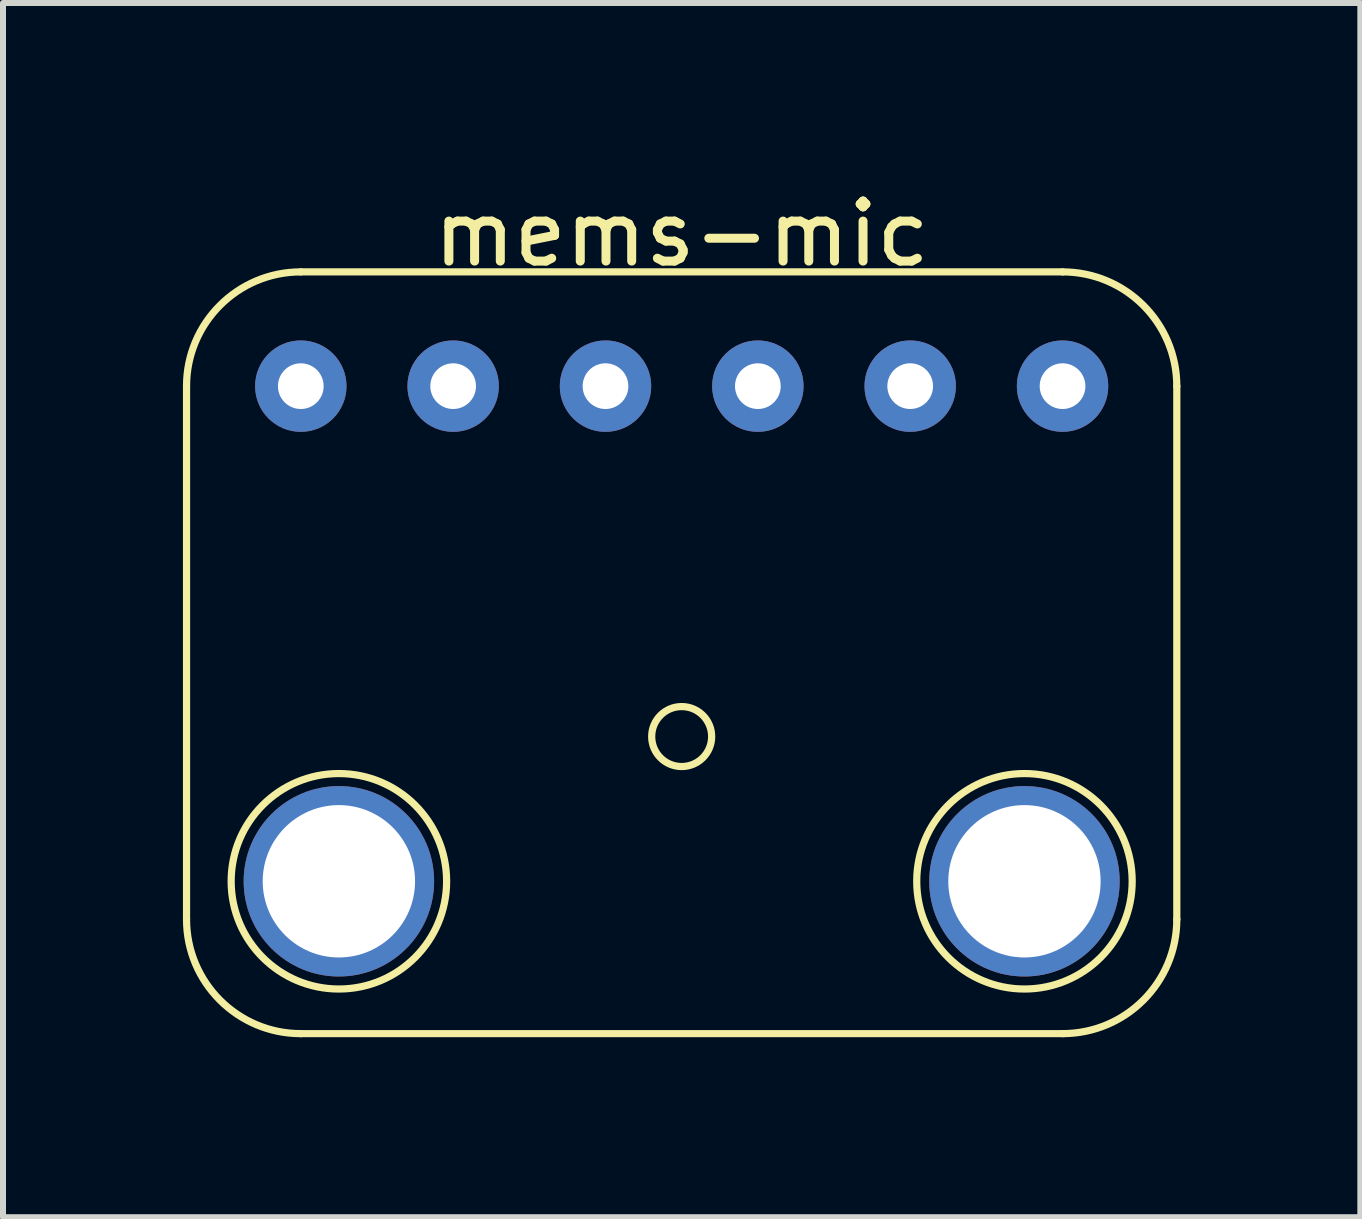
<source format=kicad_pcb>
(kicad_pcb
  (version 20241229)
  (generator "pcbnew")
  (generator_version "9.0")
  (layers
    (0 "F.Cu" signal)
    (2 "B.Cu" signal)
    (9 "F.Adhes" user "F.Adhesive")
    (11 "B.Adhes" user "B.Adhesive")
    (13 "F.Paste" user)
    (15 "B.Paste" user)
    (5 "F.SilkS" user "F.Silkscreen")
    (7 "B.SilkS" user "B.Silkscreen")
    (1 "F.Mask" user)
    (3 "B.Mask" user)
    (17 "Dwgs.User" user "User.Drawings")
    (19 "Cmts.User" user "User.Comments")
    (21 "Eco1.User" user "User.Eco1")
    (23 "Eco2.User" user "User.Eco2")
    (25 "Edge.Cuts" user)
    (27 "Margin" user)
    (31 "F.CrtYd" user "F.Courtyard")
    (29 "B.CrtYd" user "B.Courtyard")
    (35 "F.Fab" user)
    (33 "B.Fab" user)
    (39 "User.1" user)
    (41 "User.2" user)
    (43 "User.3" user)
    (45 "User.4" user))
  (footprint "mems-mic"
    (layer "F.Cu")
    (at 8.315 3.388)
    (property "Reference" "mems-mic" (at 0 -2.54 0) (layer "F.SilkS") (effects (font (size 1 1) (thickness 0.15))))
    (attr through_hole)
    (fp_line (start -8.255 8.89) (end -8.255 0) (stroke (width 0.12) (type solid)) (layer "F.SilkS"))
    (fp_line (start -6.35 -1.905) (end 6.35 -1.905) (stroke (width 0.12) (type solid)) (layer "F.SilkS"))
    (fp_line (start 6.35 10.795) (end -6.35 10.795) (stroke (width 0.12) (type solid)) (layer "F.SilkS"))
    (fp_line (start 8.255 0) (end 8.255 8.89) (stroke (width 0.12) (type solid)) (layer "F.SilkS"))
    (fp_arc (start -8.255 0) (mid -7.697038 -1.347038) (end -6.35 -1.905) (stroke (width 0.12) (type solid)) (layer "F.SilkS"))
    (fp_arc (start -6.35 10.795) (mid -7.697038 10.237038) (end -8.255 8.89) (stroke (width 0.12) (type solid)) (layer "F.SilkS"))
    (fp_arc (start 6.35 -1.905) (mid 7.697038 -1.347038) (end 8.255 0) (stroke (width 0.12) (type solid)) (layer "F.SilkS"))
    (fp_arc (start 8.255 8.89) (mid 7.697038 10.237038) (end 6.35 10.795) (stroke (width 0.12) (type solid)) (layer "F.SilkS"))
    (fp_circle (center -5.715 8.255) (end -6.985 9.525) (stroke (width 0.12) (type solid)) (fill no) (layer "F.SilkS"))
    (fp_circle (center 0 5.842) (end 0.5 5.842) (stroke (width 0.12) (type solid)) (fill no) (layer "F.SilkS"))
    (fp_circle (center 5.715 8.255) (end 6.985 9.525) (stroke (width 0.12) (type solid)) (fill no) (layer "F.SilkS"))
    (pad "" thru_hole circle (at -5.715 8.255) (size 3.175 3.175) (drill 2.54) (layers "*.Cu" "*.Mask"))
    (pad "" thru_hole circle (at 5.715 8.255) (size 3.175 3.175) (drill 2.54) (layers "*.Cu" "*.Mask"))
    (pad "1" thru_hole circle (at -6.35 0) (size 1.524 1.524) (drill 0.762) (layers "*.Cu" "*.Mask"))
    (pad "2" thru_hole circle (at -3.81 0) (size 1.524 1.524) (drill 0.762) (layers "*.Cu" "*.Mask"))
    (pad "3" thru_hole circle (at -1.27 0) (size 1.524 1.524) (drill 0.762) (layers "*.Cu" "*.Mask"))
    (pad "4" thru_hole circle (at 1.27 0) (size 1.524 1.524) (drill 0.762) (layers "*.Cu" "*.Mask"))
    (pad "5" thru_hole circle (at 3.81 0) (size 1.524 1.524) (drill 0.762) (layers "*.Cu" "*.Mask"))
    (pad "6" thru_hole circle (at 6.35 0) (size 1.524 1.524) (drill 0.762) (layers "*.Cu" "*.Mask")))
  (gr_rect
    (start -3 -3)
    (end 19.63 17.243)
    (stroke (width 0.1) (type default))
    (fill no)
    (layer "Edge.Cuts")))
</source>
